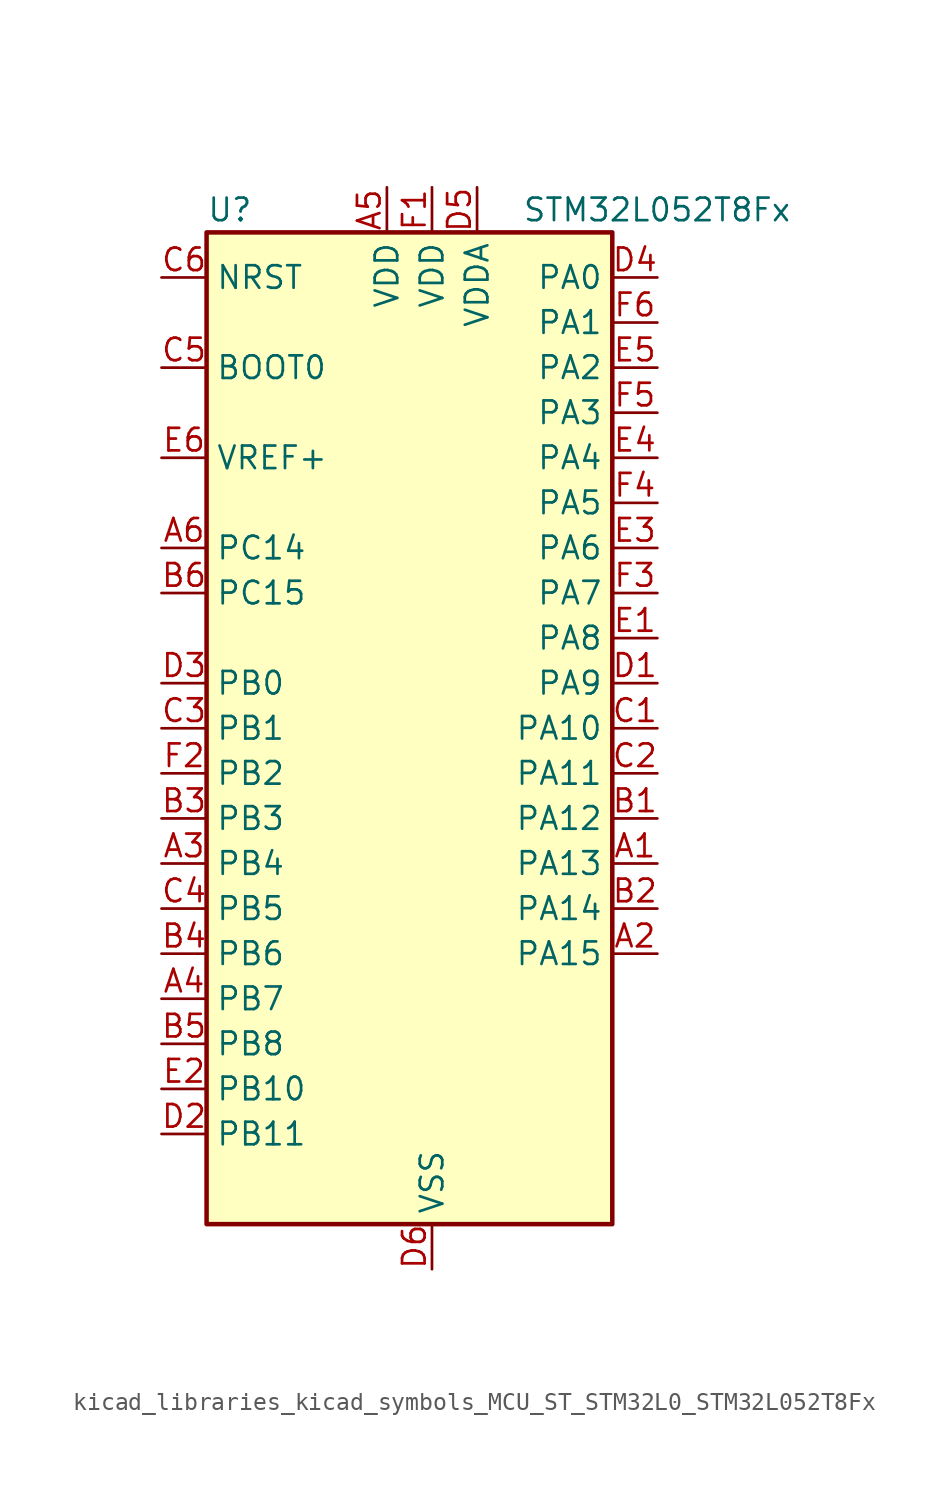
<source format=kicad_sym>
(kicad_symbol_lib
  (version 20220914)
  (generator kicad_symbol_editor)
  (symbol "kicad_libraries_kicad_symbols_MCU_ST_STM32L0_STM32L052T8Fx"
    (property "Reference" "U"
      (at -10.16 29.21 0)
      (effects (font (size 1.27 1.27)) (justify left)))
    (property "Value" "STM32L052T8Fx"
      (at 7.62 29.21 0)
      (effects (font (size 1.27 1.27)) (justify left)))
    (property "ki_locked" ""
      (at 0 0 0)
      (effects (font (size 1.27 1.27))))
    (symbol "kicad_libraries_kicad_symbols_MCU_ST_STM32L0_STM32L052T8Fx_0_1"
      (rectangle (start -10.16 -27.94) (end 12.7 27.94) (stroke (width 0.254) (type default)) (fill (type background))))
    (symbol "kicad_libraries_kicad_symbols_MCU_ST_STM32L0_STM32L052T8Fx_1_1"
      (pin bidirectional line (at 15.24 -7.62 180) (length 2.54) (name "PA13" (effects (font (size 1.27 1.27)))) (number "A1" (effects (font (size 1.27 1.27)))) (alternate "SYS_SWDIO" bidirectional line) (alternate "USB_NOE" bidirectional line))
      (pin bidirectional line (at 15.24 -12.7 180) (length 2.54) (name "PA15" (effects (font (size 1.27 1.27)))) (number "A2" (effects (font (size 1.27 1.27)))) (alternate "SPI1_NSS" bidirectional line) (alternate "TIM2_CH1" bidirectional line) (alternate "TIM2_ETR" bidirectional line) (alternate "USART2_RX" bidirectional line))
      (pin bidirectional line (at -12.7 -7.62 0) (length 2.54) (name "PB4" (effects (font (size 1.27 1.27)))) (number "A3" (effects (font (size 1.27 1.27)))) (alternate "COMP2_INP" bidirectional line) (alternate "SPI1_MISO" bidirectional line) (alternate "TIM22_CH1" bidirectional line) (alternate "TSC_G5_IO2" bidirectional line))
      (pin bidirectional line (at -12.7 -15.24 0) (length 2.54) (name "PB7" (effects (font (size 1.27 1.27)))) (number "A4" (effects (font (size 1.27 1.27)))) (alternate "COMP2_INP" bidirectional line) (alternate "I2C1_SDA" bidirectional line) (alternate "LPTIM1_IN2" bidirectional line) (alternate "SYS_PVD_IN" bidirectional line) (alternate "TSC_G5_IO4" bidirectional line) (alternate "USART1_RX" bidirectional line))
      (pin power_in line (at 0 30.48 270) (length 2.54) (name "VDD" (effects (font (size 1.27 1.27)))) (number "A5" (effects (font (size 1.27 1.27)))))
      (pin bidirectional line (at -12.7 10.16 0) (length 2.54) (name "PC14" (effects (font (size 1.27 1.27)))) (number "A6" (effects (font (size 1.27 1.27)))) (alternate "RCC_OSC32_IN" bidirectional line))
      (pin bidirectional line (at 15.24 -5.08 180) (length 2.54) (name "PA12" (effects (font (size 1.27 1.27)))) (number "B1" (effects (font (size 1.27 1.27)))) (alternate "COMP2_OUT" bidirectional line) (alternate "SPI1_MOSI" bidirectional line) (alternate "TSC_G4_IO4" bidirectional line) (alternate "USART1_DE" bidirectional line) (alternate "USART1_RTS" bidirectional line) (alternate "USB_DP" bidirectional line))
      (pin bidirectional line (at 15.24 -10.16 180) (length 2.54) (name "PA14" (effects (font (size 1.27 1.27)))) (number "B2" (effects (font (size 1.27 1.27)))) (alternate "SYS_SWCLK" bidirectional line) (alternate "USART2_TX" bidirectional line))
      (pin bidirectional line (at -12.7 -5.08 0) (length 2.54) (name "PB3" (effects (font (size 1.27 1.27)))) (number "B3" (effects (font (size 1.27 1.27)))) (alternate "COMP2_INM" bidirectional line) (alternate "SPI1_SCK" bidirectional line) (alternate "TIM2_CH2" bidirectional line) (alternate "TSC_G5_IO1" bidirectional line))
      (pin bidirectional line (at -12.7 -12.7 0) (length 2.54) (name "PB6" (effects (font (size 1.27 1.27)))) (number "B4" (effects (font (size 1.27 1.27)))) (alternate "COMP2_INP" bidirectional line) (alternate "I2C1_SCL" bidirectional line) (alternate "LPTIM1_ETR" bidirectional line) (alternate "TSC_G5_IO3" bidirectional line) (alternate "USART1_TX" bidirectional line))
      (pin bidirectional line (at -12.7 -17.78 0) (length 2.54) (name "PB8" (effects (font (size 1.27 1.27)))) (number "B5" (effects (font (size 1.27 1.27)))) (alternate "I2C1_SCL" bidirectional line) (alternate "TSC_SYNC" bidirectional line))
      (pin bidirectional line (at -12.7 7.62 0) (length 2.54) (name "PC15" (effects (font (size 1.27 1.27)))) (number "B6" (effects (font (size 1.27 1.27)))) (alternate "RCC_OSC32_OUT" bidirectional line))
      (pin bidirectional line (at 15.24 0 180) (length 2.54) (name "PA10" (effects (font (size 1.27 1.27)))) (number "C1" (effects (font (size 1.27 1.27)))) (alternate "TSC_G4_IO2" bidirectional line) (alternate "USART1_RX" bidirectional line))
      (pin bidirectional line (at 15.24 -2.54 180) (length 2.54) (name "PA11" (effects (font (size 1.27 1.27)))) (number "C2" (effects (font (size 1.27 1.27)))) (alternate "ADC_EXTI11" bidirectional line) (alternate "COMP1_OUT" bidirectional line) (alternate "SPI1_MISO" bidirectional line) (alternate "TSC_G4_IO3" bidirectional line) (alternate "USART1_CTS" bidirectional line) (alternate "USB_DM" bidirectional line))
      (pin bidirectional line (at -12.7 0 0) (length 2.54) (name "PB1" (effects (font (size 1.27 1.27)))) (number "C3" (effects (font (size 1.27 1.27)))) (alternate "ADC_IN9" bidirectional line) (alternate "LPUART1_DE" bidirectional line) (alternate "LPUART1_RTS" bidirectional line) (alternate "SYS_VREF_OUT_PB1" bidirectional line) (alternate "TSC_G3_IO3" bidirectional line))
      (pin bidirectional line (at -12.7 -10.16 0) (length 2.54) (name "PB5" (effects (font (size 1.27 1.27)))) (number "C4" (effects (font (size 1.27 1.27)))) (alternate "COMP2_INP" bidirectional line) (alternate "I2C1_SMBA" bidirectional line) (alternate "LPTIM1_IN1" bidirectional line) (alternate "SPI1_MOSI" bidirectional line) (alternate "TIM22_CH2" bidirectional line))
      (pin input line (at -12.7 20.32 0) (length 2.54) (name "BOOT0" (effects (font (size 1.27 1.27)))) (number "C5" (effects (font (size 1.27 1.27)))))
      (pin input line (at -12.7 25.4 0) (length 2.54) (name "NRST" (effects (font (size 1.27 1.27)))) (number "C6" (effects (font (size 1.27 1.27)))))
      (pin bidirectional line (at 15.24 2.54 180) (length 2.54) (name "PA9" (effects (font (size 1.27 1.27)))) (number "D1" (effects (font (size 1.27 1.27)))) (alternate "DAC_EXTI9" bidirectional line) (alternate "RCC_MCO" bidirectional line) (alternate "TSC_G4_IO1" bidirectional line) (alternate "USART1_TX" bidirectional line))
      (pin bidirectional line (at -12.7 -22.86 0) (length 2.54) (name "PB11" (effects (font (size 1.27 1.27)))) (number "D2" (effects (font (size 1.27 1.27)))) (alternate "ADC_EXTI11" bidirectional line) (alternate "I2C2_SDA" bidirectional line) (alternate "LPUART1_RX" bidirectional line) (alternate "TIM2_CH4" bidirectional line) (alternate "TSC_G6_IO1" bidirectional line))
      (pin bidirectional line (at -12.7 2.54 0) (length 2.54) (name "PB0" (effects (font (size 1.27 1.27)))) (number "D3" (effects (font (size 1.27 1.27)))) (alternate "ADC_IN8" bidirectional line) (alternate "SYS_VREF_OUT_PB0" bidirectional line) (alternate "TSC_G3_IO2" bidirectional line))
      (pin bidirectional line (at 15.24 25.4 180) (length 2.54) (name "PA0" (effects (font (size 1.27 1.27)))) (number "D4" (effects (font (size 1.27 1.27)))) (alternate "ADC_IN0" bidirectional line) (alternate "COMP1_INM" bidirectional line) (alternate "COMP1_OUT" bidirectional line) (alternate "RTC_TAMP2" bidirectional line) (alternate "SYS_WKUP1" bidirectional line) (alternate "TIM2_CH1" bidirectional line) (alternate "TIM2_ETR" bidirectional line) (alternate "TSC_G1_IO1" bidirectional line) (alternate "USART2_CTS" bidirectional line))
      (pin power_in line (at 5.08 30.48 270) (length 2.54) (name "VDDA" (effects (font (size 1.27 1.27)))) (number "D5" (effects (font (size 1.27 1.27)))))
      (pin power_in line (at 2.54 -30.48 90) (length 2.54) (name "VSS" (effects (font (size 1.27 1.27)))) (number "D6" (effects (font (size 1.27 1.27)))))
      (pin bidirectional line (at 15.24 5.08 180) (length 2.54) (name "PA8" (effects (font (size 1.27 1.27)))) (number "E1" (effects (font (size 1.27 1.27)))) (alternate "CRS_SYNC" bidirectional line) (alternate "RCC_MCO" bidirectional line) (alternate "USART1_CK" bidirectional line))
      (pin bidirectional line (at -12.7 -20.32 0) (length 2.54) (name "PB10" (effects (font (size 1.27 1.27)))) (number "E2" (effects (font (size 1.27 1.27)))) (alternate "I2C2_SCL" bidirectional line) (alternate "LPUART1_TX" bidirectional line) (alternate "TIM2_CH3" bidirectional line) (alternate "TSC_SYNC" bidirectional line))
      (pin bidirectional line (at 15.24 10.16 180) (length 2.54) (name "PA6" (effects (font (size 1.27 1.27)))) (number "E3" (effects (font (size 1.27 1.27)))) (alternate "ADC_IN6" bidirectional line) (alternate "COMP1_OUT" bidirectional line) (alternate "LPUART1_CTS" bidirectional line) (alternate "SPI1_MISO" bidirectional line) (alternate "TIM22_CH1" bidirectional line) (alternate "TSC_G2_IO3" bidirectional line))
      (pin bidirectional line (at 15.24 15.24 180) (length 2.54) (name "PA4" (effects (font (size 1.27 1.27)))) (number "E4" (effects (font (size 1.27 1.27)))) (alternate "ADC_IN4" bidirectional line) (alternate "COMP1_INM" bidirectional line) (alternate "COMP2_INM" bidirectional line) (alternate "DAC_OUT1" bidirectional line) (alternate "SPI1_NSS" bidirectional line) (alternate "TIM22_ETR" bidirectional line) (alternate "TSC_G2_IO1" bidirectional line) (alternate "USART2_CK" bidirectional line))
      (pin bidirectional line (at 15.24 20.32 180) (length 2.54) (name "PA2" (effects (font (size 1.27 1.27)))) (number "E5" (effects (font (size 1.27 1.27)))) (alternate "ADC_IN2" bidirectional line) (alternate "COMP2_INM" bidirectional line) (alternate "COMP2_OUT" bidirectional line) (alternate "TIM21_CH1" bidirectional line) (alternate "TIM2_CH3" bidirectional line) (alternate "TSC_G1_IO3" bidirectional line) (alternate "USART2_TX" bidirectional line))
      (pin input line (at -12.7 15.24 0) (length 2.54) (name "VREF+" (effects (font (size 1.27 1.27)))) (number "E6" (effects (font (size 1.27 1.27)))))
      (pin power_in line (at 2.54 30.48 270) (length 2.54) (name "VDD" (effects (font (size 1.27 1.27)))) (number "F1" (effects (font (size 1.27 1.27)))))
      (pin bidirectional line (at -12.7 -2.54 0) (length 2.54) (name "PB2" (effects (font (size 1.27 1.27)))) (number "F2" (effects (font (size 1.27 1.27)))) (alternate "LPTIM1_OUT" bidirectional line) (alternate "TSC_G3_IO4" bidirectional line))
      (pin bidirectional line (at 15.24 7.62 180) (length 2.54) (name "PA7" (effects (font (size 1.27 1.27)))) (number "F3" (effects (font (size 1.27 1.27)))) (alternate "ADC_IN7" bidirectional line) (alternate "COMP2_OUT" bidirectional line) (alternate "SPI1_MOSI" bidirectional line) (alternate "TIM22_CH2" bidirectional line) (alternate "TSC_G2_IO4" bidirectional line))
      (pin bidirectional line (at 15.24 12.7 180) (length 2.54) (name "PA5" (effects (font (size 1.27 1.27)))) (number "F4" (effects (font (size 1.27 1.27)))) (alternate "ADC_IN5" bidirectional line) (alternate "COMP1_INM" bidirectional line) (alternate "COMP2_INM" bidirectional line) (alternate "SPI1_SCK" bidirectional line) (alternate "TIM2_CH1" bidirectional line) (alternate "TIM2_ETR" bidirectional line) (alternate "TSC_G2_IO2" bidirectional line))
      (pin bidirectional line (at 15.24 17.78 180) (length 2.54) (name "PA3" (effects (font (size 1.27 1.27)))) (number "F5" (effects (font (size 1.27 1.27)))) (alternate "ADC_IN3" bidirectional line) (alternate "COMP2_INP" bidirectional line) (alternate "TIM21_CH2" bidirectional line) (alternate "TIM2_CH4" bidirectional line) (alternate "TSC_G1_IO4" bidirectional line) (alternate "USART2_RX" bidirectional line))
      (pin bidirectional line (at 15.24 22.86 180) (length 2.54) (name "PA1" (effects (font (size 1.27 1.27)))) (number "F6" (effects (font (size 1.27 1.27)))) (alternate "ADC_IN1" bidirectional line) (alternate "COMP1_INP" bidirectional line) (alternate "TIM21_ETR" bidirectional line) (alternate "TIM2_CH2" bidirectional line) (alternate "TSC_G1_IO2" bidirectional line) (alternate "USART2_DE" bidirectional line) (alternate "USART2_RTS" bidirectional line)))))
</source>
